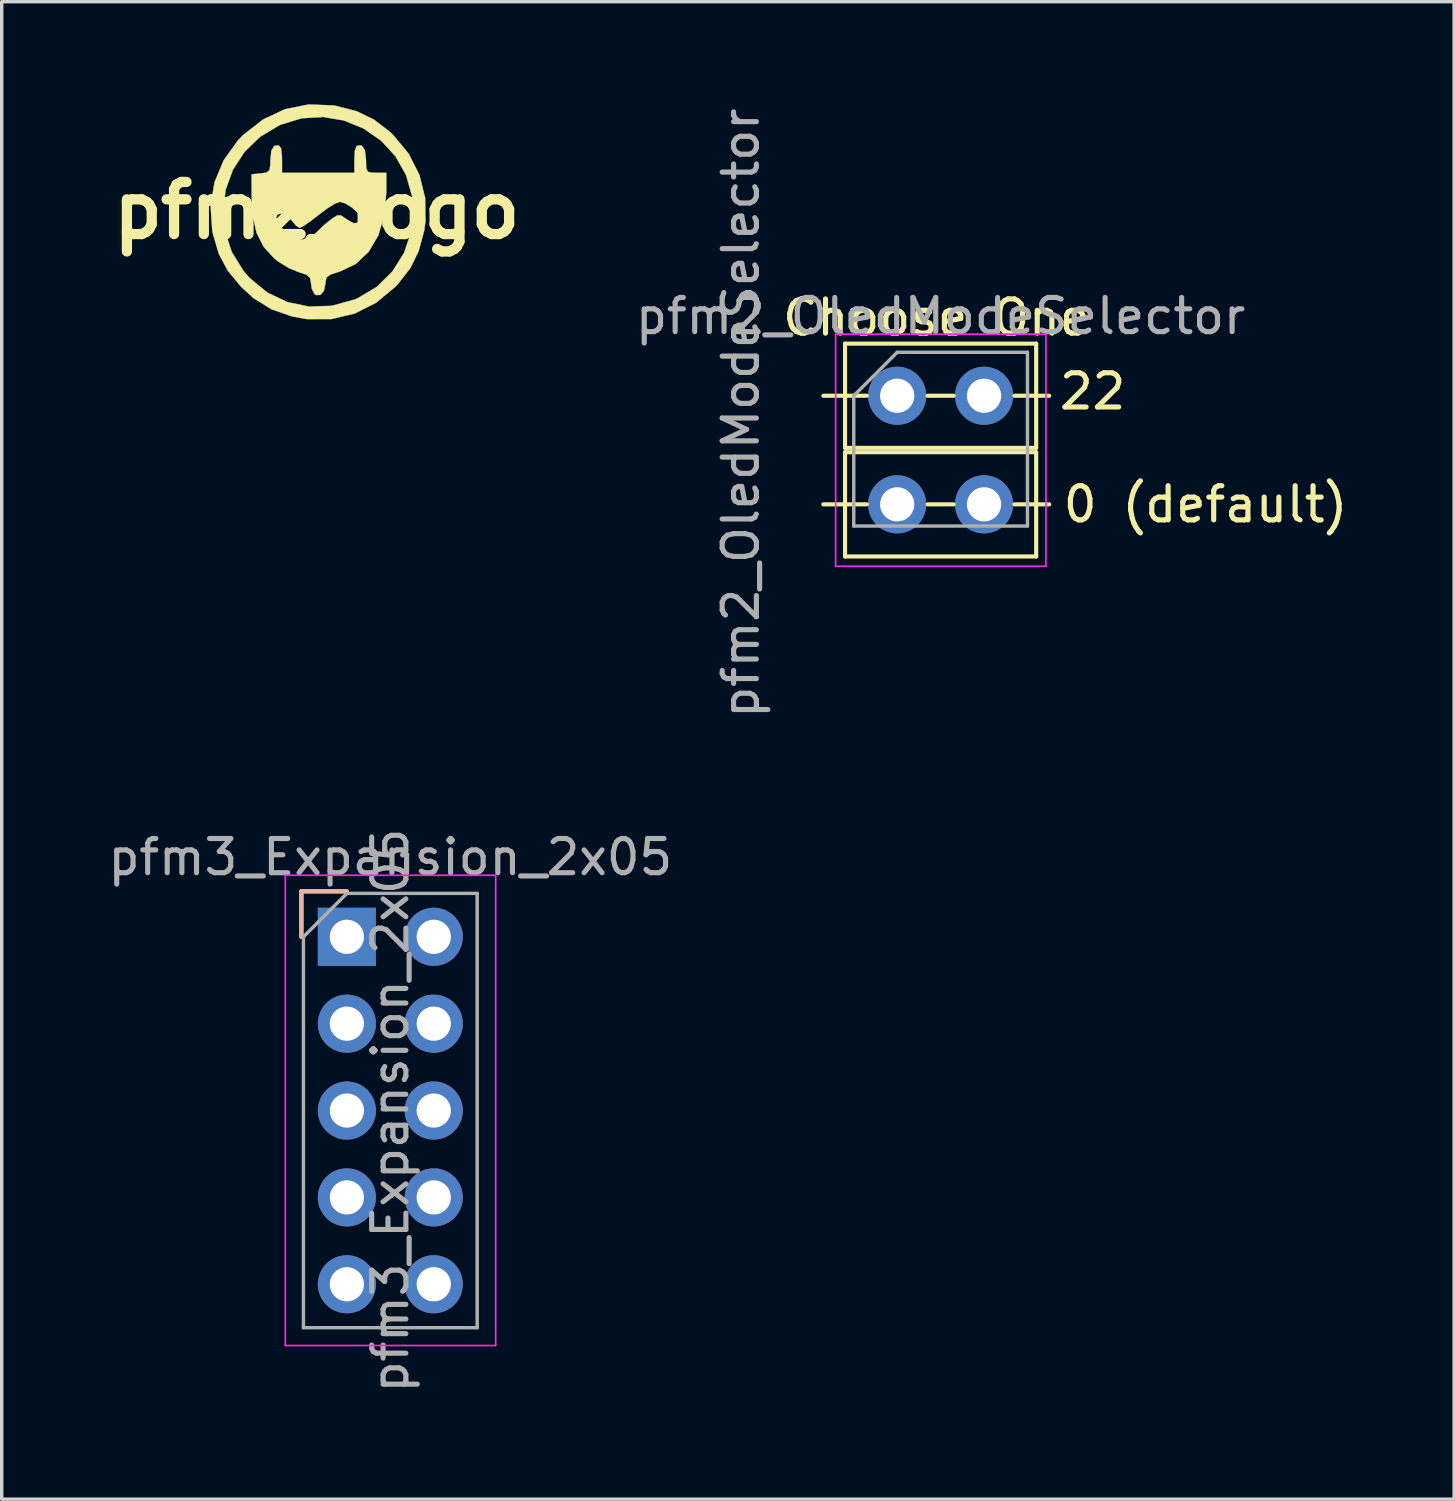
<source format=kicad_pcb>
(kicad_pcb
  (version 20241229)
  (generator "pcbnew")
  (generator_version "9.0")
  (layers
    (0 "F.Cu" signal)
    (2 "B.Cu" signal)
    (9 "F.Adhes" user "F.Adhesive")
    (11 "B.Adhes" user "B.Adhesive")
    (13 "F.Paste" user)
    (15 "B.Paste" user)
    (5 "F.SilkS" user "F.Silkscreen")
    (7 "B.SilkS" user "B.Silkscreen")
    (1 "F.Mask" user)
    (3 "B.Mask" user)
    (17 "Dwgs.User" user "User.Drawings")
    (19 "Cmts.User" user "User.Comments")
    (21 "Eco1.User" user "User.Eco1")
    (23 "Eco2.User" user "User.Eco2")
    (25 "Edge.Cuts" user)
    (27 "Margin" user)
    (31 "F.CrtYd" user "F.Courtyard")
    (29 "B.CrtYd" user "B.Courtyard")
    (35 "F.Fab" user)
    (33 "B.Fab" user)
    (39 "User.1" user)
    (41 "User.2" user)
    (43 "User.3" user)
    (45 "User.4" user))
  (footprint "pfm3_Expansion_2x05"
    (layer "F.Cu")
    (at 7.093 24.343)
    (property "Reference" "pfm3_Expansion_2x05" (at 1.27 -2.33 0) (layer "F.Fab") (effects (font (size 1 1) (thickness 0.15))))
    (attr through_hole)
    (fp_line (start -1.33 -1.33) (end 0 -1.33) (stroke (width 0.12) (type solid)) (layer "F.SilkS"))
    (fp_line (start -1.33 0) (end -1.33 -1.33) (stroke (width 0.12) (type solid)) (layer "F.SilkS"))
    (fp_line (start -1.33 -1.33) (end 0 -1.33) (stroke (width 0.12) (type solid)) (layer "B.SilkS"))
    (fp_line (start -1.33 0) (end -1.33 -1.33) (stroke (width 0.12) (type solid)) (layer "B.SilkS"))
    (fp_line (start -1.8 -1.8) (end -1.8 11.95) (stroke (width 0.05) (type solid)) (layer "F.CrtYd"))
    (fp_line (start -1.8 11.95) (end 4.35 11.95) (stroke (width 0.05) (type solid)) (layer "F.CrtYd"))
    (fp_line (start 4.35 -1.8) (end -1.8 -1.8) (stroke (width 0.05) (type solid)) (layer "F.CrtYd"))
    (fp_line (start 4.35 11.95) (end 4.35 -1.8) (stroke (width 0.05) (type solid)) (layer "F.CrtYd"))
    (fp_line (start -1.27 0) (end 0 -1.27) (stroke (width 0.1) (type solid)) (layer "F.Fab"))
    (fp_line (start -1.27 11.43) (end -1.27 0) (stroke (width 0.1) (type solid)) (layer "F.Fab"))
    (fp_line (start 0 -1.27) (end 3.81 -1.27) (stroke (width 0.1) (type solid)) (layer "F.Fab"))
    (fp_line (start 3.81 -1.27) (end 3.81 11.43) (stroke (width 0.1) (type solid)) (layer "F.Fab"))
    (fp_line (start 3.81 11.43) (end -1.27 11.43) (stroke (width 0.1) (type solid)) (layer "F.Fab"))
    (fp_text user "${REFERENCE}" (at 1.27 5.08 90) (layer "F.Fab") (effects (font (size 1 1) (thickness 0.15))))
    (pad "1" thru_hole rect (at 0 0) (size 1.7 1.7) (drill 1) (layers "*.Cu" "*.Mask"))
    (pad "2" thru_hole oval (at 2.54 0) (size 1.7 1.7) (drill 1) (layers "*.Cu" "*.Mask"))
    (pad "3" thru_hole oval (at 0 2.54) (size 1.7 1.7) (drill 1) (layers "*.Cu" "*.Mask"))
    (pad "4" thru_hole oval (at 2.54 2.54) (size 1.7 1.7) (drill 1) (layers "*.Cu" "*.Mask"))
    (pad "5" thru_hole oval (at 0 5.08) (size 1.7 1.7) (drill 1) (layers "*.Cu" "*.Mask"))
    (pad "6" thru_hole oval (at 2.54 5.08) (size 1.7 1.7) (drill 1) (layers "*.Cu" "*.Mask"))
    (pad "7" thru_hole oval (at 0 7.62) (size 1.7 1.7) (drill 1) (layers "*.Cu" "*.Mask"))
    (pad "8" thru_hole oval (at 2.54 7.62) (size 1.7 1.7) (drill 1) (layers "*.Cu" "*.Mask"))
    (pad "9" thru_hole oval (at 0 10.16) (size 1.7 1.7) (drill 1) (layers "*.Cu" "*.Mask"))
    (pad "10" thru_hole oval (at 2.54 10.16) (size 1.7 1.7) (drill 1) (layers "*.Cu" "*.Mask")))
  (footprint "pfm2_OledModeSelector"
    (layer "F.Cu")
    (at 23.184 8.522)
    (property "Reference" "pfm2_OledModeSelector" (at 1.27 -2.33 0) (layer "F.Fab") (effects (font (size 1 1) (thickness 0.15))))
    (attr through_hole)
    (fp_line (start -2.159 0) (end -0.889 0) (stroke (width 0.12) (type solid)) (layer "F.SilkS"))
    (fp_line (start -2.159 3.175) (end -0.889 3.175) (stroke (width 0.12) (type solid)) (layer "F.SilkS"))
    (fp_line (start -1.524 -1.524) (end 4.064 -1.524) (stroke (width 0.12) (type solid)) (layer "F.SilkS"))
    (fp_line (start -1.524 1.524) (end -1.524 -1.524) (stroke (width 0.12) (type solid)) (layer "F.SilkS"))
    (fp_line (start -1.524 1.524) (end 4.064 1.524) (stroke (width 0.12) (type solid)) (layer "F.SilkS"))
    (fp_line (start -1.524 4.699) (end -1.524 1.651) (stroke (width 0.12) (type solid)) (layer "F.SilkS"))
    (fp_line (start 0.889 0) (end 1.651 0) (stroke (width 0.12) (type solid)) (layer "F.SilkS"))
    (fp_line (start 0.889 3.175) (end 1.651 3.175) (stroke (width 0.12) (type solid)) (layer "F.SilkS"))
    (fp_line (start 3.429 0) (end 4.445 0) (stroke (width 0.12) (type solid)) (layer "F.SilkS"))
    (fp_line (start 3.429 3.175) (end 4.445 3.175) (stroke (width 0.12) (type solid)) (layer "F.SilkS"))
    (fp_line (start 4.064 -1.524) (end 4.064 1.524) (stroke (width 0.12) (type solid)) (layer "F.SilkS"))
    (fp_line (start 4.064 1.651) (end -1.524 1.651) (stroke (width 0.12) (type solid)) (layer "F.SilkS"))
    (fp_line (start 4.064 1.651) (end 4.064 4.699) (stroke (width 0.12) (type solid)) (layer "F.SilkS"))
    (fp_line (start 4.064 4.699) (end -1.524 4.699) (stroke (width 0.12) (type solid)) (layer "F.SilkS"))
    (fp_line (start -1.8 -1.8) (end -1.8 4.985) (stroke (width 0.05) (type solid)) (layer "F.CrtYd"))
    (fp_line (start -1.8 4.985) (end 4.35 4.985) (stroke (width 0.05) (type solid)) (layer "F.CrtYd"))
    (fp_line (start 4.35 -1.8) (end -1.8 -1.8) (stroke (width 0.05) (type solid)) (layer "F.CrtYd"))
    (fp_line (start 4.35 4.985) (end 4.35 -1.8) (stroke (width 0.05) (type solid)) (layer "F.CrtYd"))
    (fp_line (start -1.27 0) (end 0 -1.27) (stroke (width 0.1) (type solid)) (layer "F.Fab"))
    (fp_line (start -1.27 3.81) (end -1.27 0) (stroke (width 0.1) (type solid)) (layer "F.Fab"))
    (fp_line (start 0 -1.27) (end 3.81 -1.27) (stroke (width 0.1) (type solid)) (layer "F.Fab"))
    (fp_line (start 3.81 -1.27) (end 3.81 3.81) (stroke (width 0.1) (type solid)) (layer "F.Fab"))
    (fp_line (start 3.81 3.81) (end -1.27 3.81) (stroke (width 0.1) (type solid)) (layer "F.Fab"))
    (fp_text user "Choose One" (at 1.143 -2.286 0) (layer "F.SilkS") (effects (font (size 1 1) (thickness 0.15))))
    (fp_text user "0 (default)" (at 9.017 3.175 0) (layer "F.SilkS") (effects (font (size 1 1) (thickness 0.15))))
    (fp_text user "22" (at 5.715 -0.127 0) (layer "F.SilkS") (effects (font (size 1 1) (thickness 0.15))))
    (fp_text user "${REFERENCE}" (at -4.572 0.508 90) (layer "F.Fab") (effects (font (size 1 1) (thickness 0.15))))
    (pad "1" thru_hole oval (at 0 0) (size 1.7 1.7) (drill 1) (layers "*.Cu" "*.Mask"))
    (pad "2" thru_hole oval (at 2.54 0) (size 1.7 1.7) (drill 1) (layers "*.Cu" "*.Mask"))
    (pad "3" thru_hole oval (at 0 3.175) (size 1.7 1.7) (drill 1) (layers "*.Cu" "*.Mask"))
    (pad "4" thru_hole oval (at 2.54 3.175) (size 1.7 1.7) (drill 1) (layers "*.Cu" "*.Mask")))
  (footprint "pfm2_logo"
    (layer "F.Cu")
    (at 6.212 3.105)
    (property "Reference" "pfm2_logo" (at 0 0 0) (layer "F.SilkS") (effects (font (size 1.524 1.524) (thickness 0.3))))
    (attr through_hole)
    (fp_poly (pts (xy 0.472 -3.073) (xy 0.572 -3.057) (xy 1.17 -2.901) (xy 1.671 -2.659) (xy 2.139 -2.299) (xy 2.229 -2.214) (xy 2.686 -1.664) (xy 3.002 -1.039) (xy 3.169 -0.366) (xy 3.178 0.331) (xy 3.138 0.602) (xy 2.978 1.191) (xy 2.738 1.682) (xy 2.382 2.14) (xy 2.298 2.229) (xy 1.738 2.696) (xy 1.108 3.013) (xy 0.427 3.175) (xy -0.287 3.176) (xy -0.72 3.098) (xy -1.328 2.886) (xy -1.85 2.562) (xy -2.214 2.229) (xy -2.6 1.762) (xy -2.862 1.272) (xy -3.032 0.697) (xy -3.057 0.572) (xy -3.095 -0.001) (xy -2.741 -0.001) (xy -2.683 0.614) (xy -2.485 1.213) (xy -2.14 1.77) (xy -1.961 1.976) (xy -1.445 2.4) (xy -0.857 2.68) (xy -0.221 2.81) (xy 0.439 2.787) (xy 1.101 2.605) (xy 1.195 2.566) (xy 1.757 2.232) (xy 2.214 1.78) (xy 2.554 1.236) (xy 2.761 0.625) (xy 2.824 -0.029) (xy 2.789 -0.412) (xy 2.609 -1.042) (xy 2.297 -1.591) (xy 1.875 -2.047) (xy 1.367 -2.398) (xy 0.796 -2.632) (xy 0.183 -2.735) (xy -0.447 -2.696) (xy -1.073 -2.503) (xy -1.079 -2.501) (xy -1.656 -2.157) (xy -2.115 -1.712) (xy -2.453 -1.188) (xy -2.663 -0.61) (xy -2.741 -0.001) (xy -3.095 -0.001) (xy -3.104 -0.137) (xy -2.99 -0.825) (xy -2.721 -1.469) (xy -2.305 -2.049) (xy -2.145 -2.214) (xy -1.562 -2.666) (xy -0.923 -2.963) (xy -0.24 -3.1) (xy 0.472 -3.073)) (stroke (width 0.01) (type solid)) (fill yes) (layer "F.SilkS"))
    (fp_poly (pts (xy 1.321 -1.89) (xy 1.406 -1.769) (xy 1.439 -1.501) (xy 1.439 -1.473) (xy 1.446 -1.242) (xy 1.491 -1.134) (xy 1.612 -1.103) (xy 1.736 -1.101) (xy 2.032 -1.101) (xy 2.032 -0.523) (xy 1.972 0.149) (xy 1.798 0.731) (xy 1.518 1.207) (xy 1.141 1.563) (xy 0.676 1.784) (xy 0.632 1.797) (xy 0.397 1.873) (xy 0.286 1.96) (xy 0.254 2.095) (xy 0.254 2.124) (xy 0.212 2.341) (xy 0.109 2.468) (xy -0.022 2.472) (xy -0.07 2.436) (xy -0.146 2.28) (xy -0.169 2.117) (xy -0.195 1.971) (xy -0.3 1.878) (xy -0.528 1.801) (xy -0.529 1.801) (xy -0.81 1.686) (xy -1.112 1.502) (xy -1.242 1.402) (xy -1.554 1.061) (xy -1.761 0.651) (xy -1.86 0.205) (xy -1.185 0.205) (xy -1.134 0.343) (xy -1.007 0.536) (xy -0.966 0.586) (xy -0.7 0.798) (xy -0.41 0.85) (xy -0.126 0.742) (xy 0.006 0.627) (xy 0.221 0.42) (xy 0.435 0.247) (xy 0.595 0.144) (xy 0.708 0.143) (xy 0.858 0.245) (xy 0.878 0.261) (xy 1.082 0.374) (xy 1.221 0.354) (xy 1.27 0.213) (xy 1.202 0.073) (xy 1.037 -0.082) (xy 0.838 -0.207) (xy 0.674 -0.254) (xy 0.536 -0.203) (xy 0.318 -0.069) (xy 0.065 0.12) (xy 0.056 0.127) (xy -0.187 0.315) (xy -0.385 0.452) (xy -0.497 0.508) (xy -0.5 0.508) (xy -0.606 0.444) (xy -0.727 0.296) (xy -0.871 0.152) (xy -1.029 0.088) (xy -1.15 0.115) (xy -1.185 0.205) (xy -1.86 0.205) (xy -1.874 0.142) (xy -1.903 -0.379) (xy -1.905 -1.058) (xy -1.63 -1.085) (xy -1.458 -1.113) (xy -1.379 -1.187) (xy -1.356 -1.357) (xy -1.355 -1.478) (xy -1.326 -1.754) (xy -1.244 -1.886) (xy -1.236 -1.89) (xy -1.112 -1.906) (xy -1.044 -1.817) (xy -1.018 -1.597) (xy -1.016 -1.468) (xy -1.016 -1.101) (xy 1.101 -1.101) (xy 1.101 -1.468) (xy 1.114 -1.747) (xy 1.164 -1.885) (xy 1.264 -1.907) (xy 1.321 -1.89)) (stroke (width 0.01) (type solid)) (fill yes) (layer "F.SilkS")))
  (gr_rect
    (start -3 -3)
    (end 39.469 40.786)
    (stroke (width 0.1) (type default))
    (fill no)
    (layer "Edge.Cuts")))
</source>
